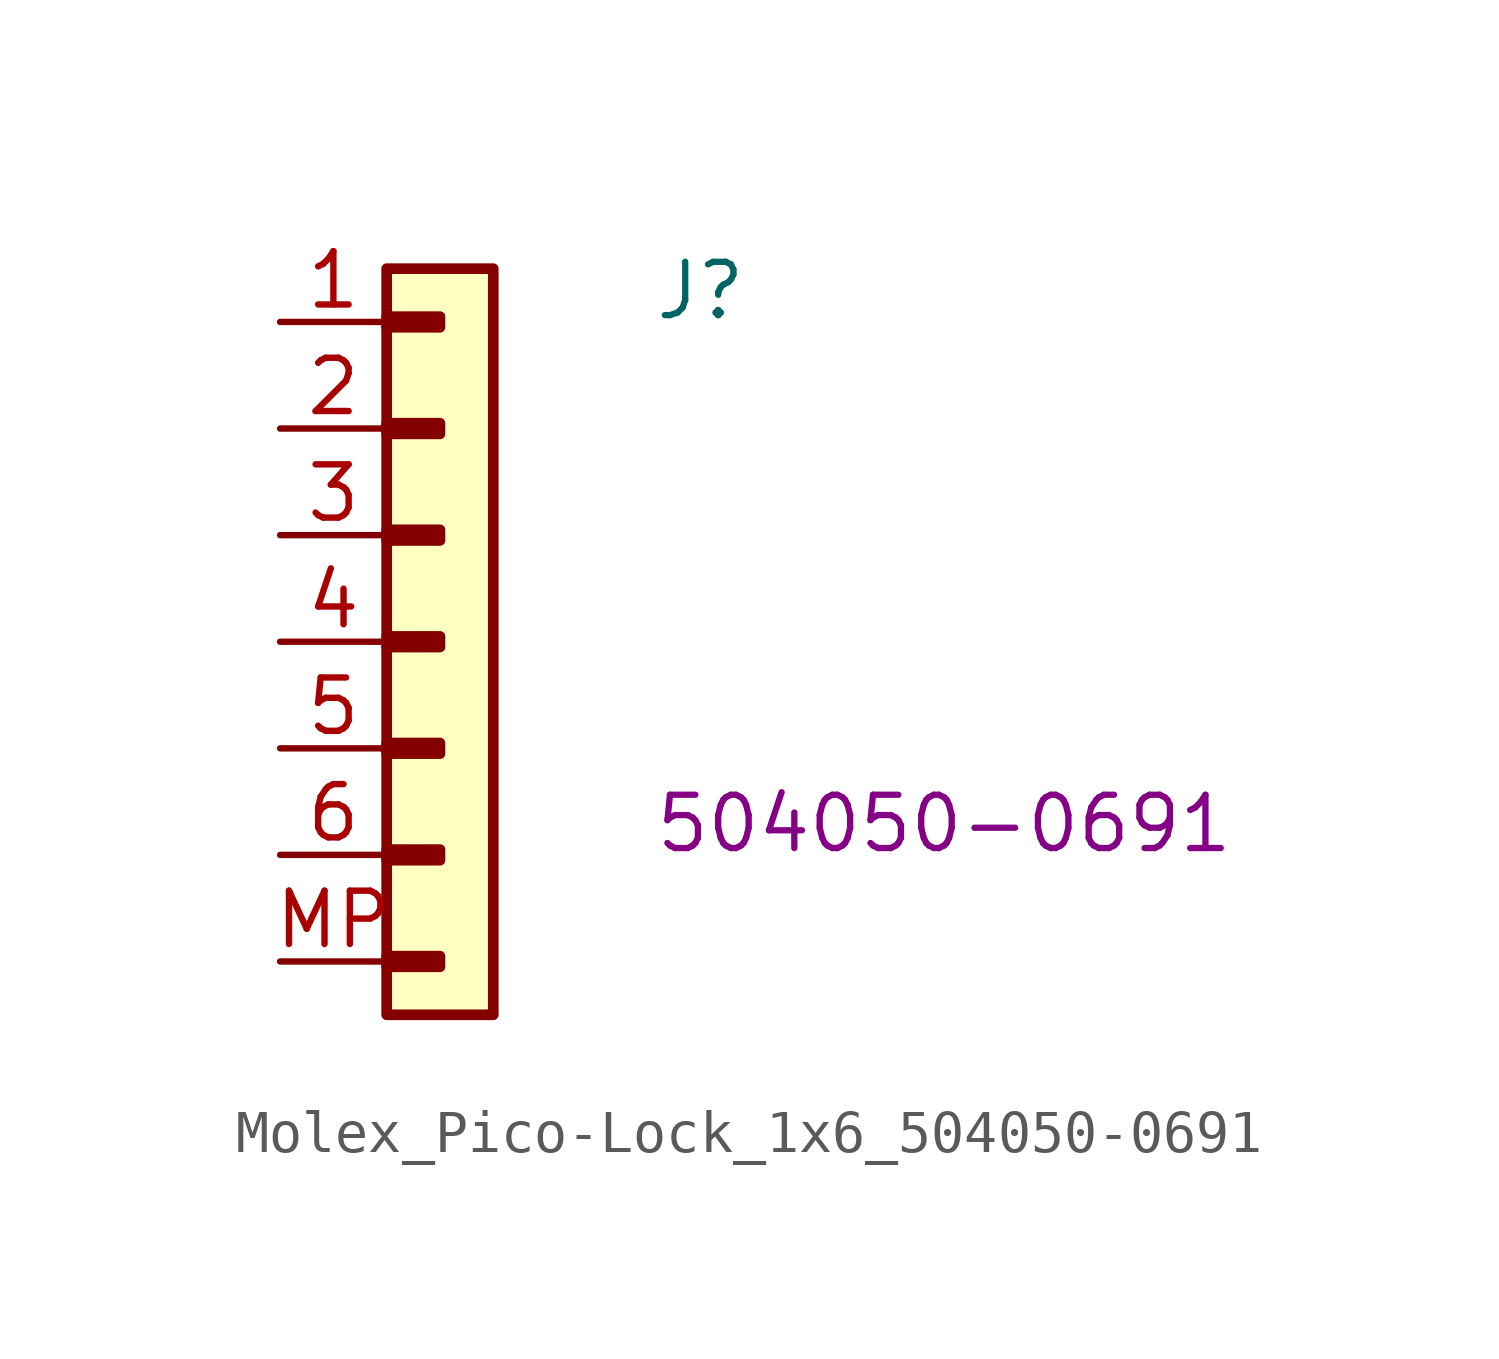
<source format=kicad_sym>
(kicad_symbol_lib
  (version 20220914)
  (generator kicad_symbol_editor)
  (symbol "Molex_Pico-Lock_1x6_504050-0691"
    (pin_names hide)
    (property "Reference" "J"
      (at 8.89 0 0)
      (effects (font (size 1.27 1.27) (thickness 0.15)) (justify left bottom)))
    (property "MPN" "504050-0691"
      (at 8.89 -12.7 0)
      (effects (font (size 1.27 1.27) (thickness 0.15)) (justify left bottom)))
    (symbol "Molex_Pico-Lock_1x6_504050-0691_1_1"
      (rectangle (start 2.54 -15.113) (end 3.81 -15.367) (stroke (width 0.254) (type default)) (fill (type background)))
      (rectangle (start 2.54 -12.573) (end 3.81 -12.827) (stroke (width 0.254) (type default)) (fill (type background)))
      (rectangle (start 2.54 -10.033) (end 3.81 -10.287) (stroke (width 0.254) (type default)) (fill (type background)))
      (rectangle (start 2.54 -7.493) (end 3.81 -7.747) (stroke (width 0.254) (type default)) (fill (type background)))
      (rectangle (start 2.54 -4.953) (end 3.81 -5.207) (stroke (width 0.254) (type default)) (fill (type background)))
      (rectangle (start 2.54 -2.413) (end 3.81 -2.667) (stroke (width 0.254) (type default)) (fill (type background)))
      (rectangle (start 2.54 0.127) (end 3.81 -0.127) (stroke (width 0.254) (type default)) (fill (type background)))
      (rectangle (start 2.54 1.27) (end 5.08 -16.51) (stroke (width 0.254) (type default)) (fill (type background)))
      (pin passive line (at 0 0 0) (length 2.54) (name "1" (effects (font (size 1.27 1.27)))) (number "1" (effects (font (size 1.27 1.27)))))
      (pin passive line (at 0 -2.54 0) (length 2.54) (name "2" (effects (font (size 1.27 1.27)))) (number "2" (effects (font (size 1.27 1.27)))))
      (pin passive line (at 0 -5.08 0) (length 2.54) (name "3" (effects (font (size 1.27 1.27)))) (number "3" (effects (font (size 1.27 1.27)))))
      (pin passive line (at 0 -7.62 0) (length 2.54) (name "4" (effects (font (size 1.27 1.27)))) (number "4" (effects (font (size 1.27 1.27)))))
      (pin passive line (at 0 -10.16 0) (length 2.54) (name "5" (effects (font (size 1.27 1.27)))) (number "5" (effects (font (size 1.27 1.27)))))
      (pin passive line (at 0 -12.7 0) (length 2.54) (name "6" (effects (font (size 1.27 1.27)))) (number "6" (effects (font (size 1.27 1.27)))))
      (pin passive line (at 0 -15.24 0) (length 2.54) (name "MP" (effects (font (size 1.27 1.27)))) (number "MP" (effects (font (size 1.27 1.27))))))))
</source>
